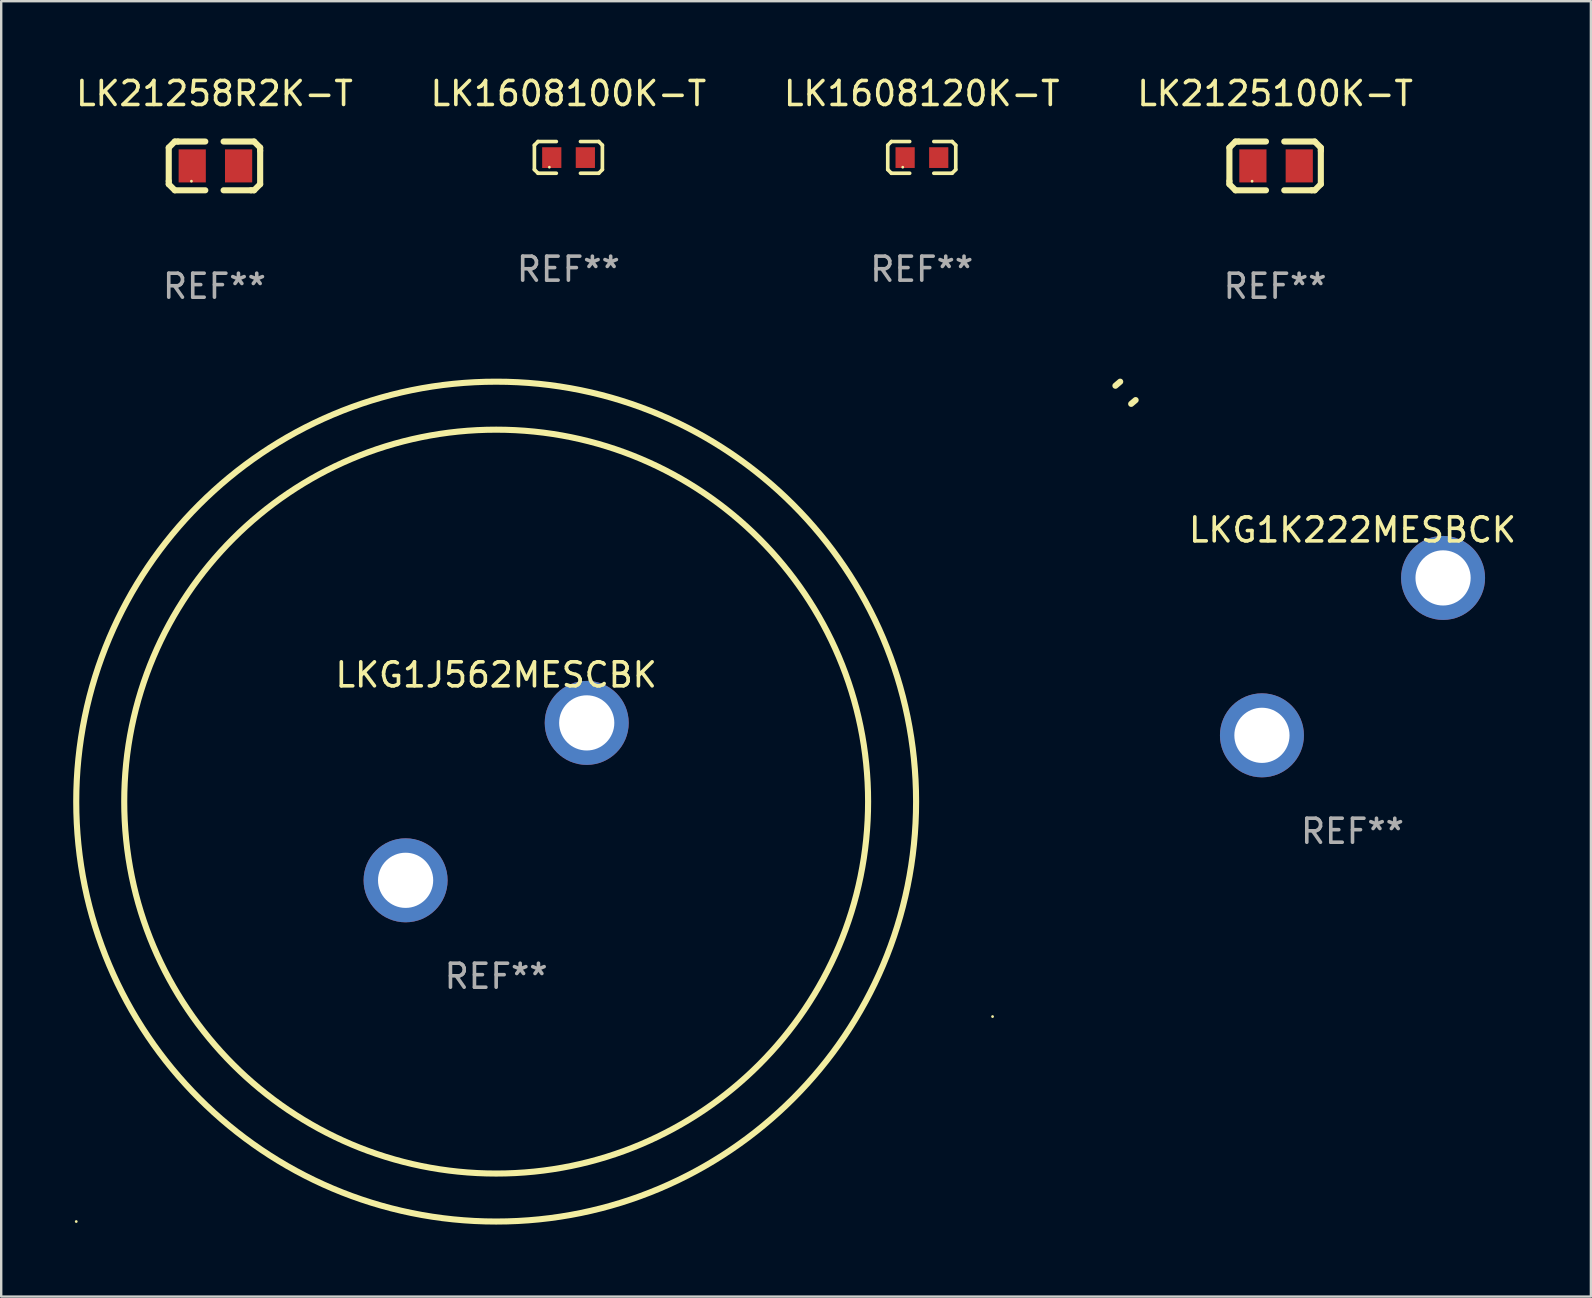
<source format=kicad_pcb>
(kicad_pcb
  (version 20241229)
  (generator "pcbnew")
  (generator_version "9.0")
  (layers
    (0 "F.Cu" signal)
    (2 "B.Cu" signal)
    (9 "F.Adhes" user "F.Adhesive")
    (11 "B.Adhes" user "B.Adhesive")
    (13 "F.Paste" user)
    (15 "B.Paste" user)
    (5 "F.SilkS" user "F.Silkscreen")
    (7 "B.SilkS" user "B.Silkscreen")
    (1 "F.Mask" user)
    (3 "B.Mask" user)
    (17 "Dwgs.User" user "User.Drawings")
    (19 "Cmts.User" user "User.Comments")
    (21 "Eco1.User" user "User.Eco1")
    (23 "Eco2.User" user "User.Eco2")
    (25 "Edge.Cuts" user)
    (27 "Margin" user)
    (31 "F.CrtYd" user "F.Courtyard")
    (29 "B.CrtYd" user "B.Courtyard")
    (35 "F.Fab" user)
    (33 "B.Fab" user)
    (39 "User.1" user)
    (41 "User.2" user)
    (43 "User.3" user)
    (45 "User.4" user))
  (footprint "LK1608120K-T"
    (layer "F.Cu")
    (at 35.363 3.509)
    (property "Reference" "LK1608120K-T" (at 0 -2.661 0) (layer "F.SilkS") (effects (font (size 1 1) (thickness 0.15))))
    (attr through_hole)
    (fp_line (start -1.417 -0.508) (end -1.265 -0.661) (stroke (width 0.152) (type solid)) (layer "F.SilkS"))
    (fp_line (start -1.417 0.508) (end -1.417 -0.508) (stroke (width 0.152) (type solid)) (layer "F.SilkS"))
    (fp_line (start -1.265 -0.661) (end -0.503 -0.661) (stroke (width 0.152) (type solid)) (layer "F.SilkS"))
    (fp_line (start -1.265 0.661) (end -1.417 0.508) (stroke (width 0.152) (type solid)) (layer "F.SilkS"))
    (fp_line (start -1.265 0.661) (end -0.503 0.661) (stroke (width 0.152) (type solid)) (layer "F.SilkS"))
    (fp_line (start 1.265 -0.661) (end 0.503 -0.661) (stroke (width 0.152) (type solid)) (layer "F.SilkS"))
    (fp_line (start 1.265 -0.661) (end 1.417 -0.508) (stroke (width 0.152) (type solid)) (layer "F.SilkS"))
    (fp_line (start 1.265 0.661) (end 0.503 0.661) (stroke (width 0.152) (type solid)) (layer "F.SilkS"))
    (fp_line (start 1.417 -0.508) (end 1.417 0.508) (stroke (width 0.152) (type solid)) (layer "F.SilkS"))
    (fp_line (start 1.417 0.508) (end 1.265 0.661) (stroke (width 0.152) (type solid)) (layer "F.SilkS"))
    (fp_circle (center -0.793 0.409) (end -0.763 0.409) (stroke (width 0.06) (type solid)) (fill no) (layer "F.SilkS"))
    (fp_text user "REF**" (at 0 4.661 0) (layer "F.Fab") (effects (font (size 1 1) (thickness 0.15))))
    (pad "1" smd rect (at -0.693 0.009 180) (size 0.8 0.864) (layers "F.Cu" "F.Mask" "F.Paste"))
    (pad "2" smd rect (at 0.707 0.009 180) (size 0.8 0.864) (layers "F.Cu" "F.Mask" "F.Paste")))
  (footprint "LK2125100K-T"
    (layer "F.Cu")
    (at 50.089 3.864)
    (property "Reference" "LK2125100K-T" (at 0 -3.016 0) (layer "F.SilkS") (effects (font (size 1 1) (thickness 0.15))))
    (attr through_hole)
    (fp_line (start -1.905 -0.762) (end -1.905 0.635) (stroke (width 0.254) (type solid)) (layer "F.SilkS"))
    (fp_line (start -1.905 0.635) (end -1.905 0.762) (stroke (width 0.254) (type solid)) (layer "F.SilkS"))
    (fp_line (start -1.905 0.762) (end -1.651 1.016) (stroke (width 0.254) (type solid)) (layer "F.SilkS"))
    (fp_line (start -1.651 -1.016) (end -1.905 -0.762) (stroke (width 0.254) (type solid)) (layer "F.SilkS"))
    (fp_line (start -1.651 1.016) (end -0.381 1.016) (stroke (width 0.254) (type solid)) (layer "F.SilkS"))
    (fp_line (start -1.524 -1.016) (end -1.651 -1.016) (stroke (width 0.254) (type solid)) (layer "F.SilkS"))
    (fp_line (start -0.381 -1.016) (end -1.524 -1.016) (stroke (width 0.254) (type solid)) (layer "F.SilkS"))
    (fp_line (start 0.381 1.016) (end 1.524 1.016) (stroke (width 0.254) (type solid)) (layer "F.SilkS"))
    (fp_line (start 1.524 1.016) (end 1.651 1.016) (stroke (width 0.254) (type solid)) (layer "F.SilkS"))
    (fp_line (start 1.651 -1.016) (end 0.381 -1.016) (stroke (width 0.254) (type solid)) (layer "F.SilkS"))
    (fp_line (start 1.651 1.016) (end 1.905 0.762) (stroke (width 0.254) (type solid)) (layer "F.SilkS"))
    (fp_line (start 1.905 -0.762) (end 1.651 -1.016) (stroke (width 0.254) (type solid)) (layer "F.SilkS"))
    (fp_line (start 1.905 -0.635) (end 1.905 -0.762) (stroke (width 0.254) (type solid)) (layer "F.SilkS"))
    (fp_line (start 1.905 0.762) (end 1.905 -0.635) (stroke (width 0.254) (type solid)) (layer "F.SilkS"))
    (fp_circle (center -0.96 0.637) (end -0.93 0.637) (stroke (width 0.06) (type solid)) (fill no) (layer "F.SilkS"))
    (fp_text user "REF**" (at 0 5.016 0) (layer "F.Fab") (effects (font (size 1 1) (thickness 0.15))))
    (pad "1" smd rect (at -0.926 -0.000051) (size 1.133 1.377) (layers "F.Cu" "F.Mask" "F.Paste"))
    (pad "2" smd rect (at 1.006 -0.000051) (size 1.133 1.377) (layers "F.Cu" "F.Mask" "F.Paste")))
  (footprint "LK1608100K-T"
    (layer "F.Cu")
    (at 20.637 3.509)
    (property "Reference" "LK1608100K-T" (at 0 -2.661 0) (layer "F.SilkS") (effects (font (size 1 1) (thickness 0.15))))
    (attr through_hole)
    (fp_line (start -1.417 -0.508) (end -1.265 -0.661) (stroke (width 0.152) (type solid)) (layer "F.SilkS"))
    (fp_line (start -1.417 0.508) (end -1.417 -0.508) (stroke (width 0.152) (type solid)) (layer "F.SilkS"))
    (fp_line (start -1.265 -0.661) (end -0.503 -0.661) (stroke (width 0.152) (type solid)) (layer "F.SilkS"))
    (fp_line (start -1.265 0.661) (end -1.417 0.508) (stroke (width 0.152) (type solid)) (layer "F.SilkS"))
    (fp_line (start -1.265 0.661) (end -0.503 0.661) (stroke (width 0.152) (type solid)) (layer "F.SilkS"))
    (fp_line (start 1.265 -0.661) (end 0.503 -0.661) (stroke (width 0.152) (type solid)) (layer "F.SilkS"))
    (fp_line (start 1.265 -0.661) (end 1.417 -0.508) (stroke (width 0.152) (type solid)) (layer "F.SilkS"))
    (fp_line (start 1.265 0.661) (end 0.503 0.661) (stroke (width 0.152) (type solid)) (layer "F.SilkS"))
    (fp_line (start 1.417 -0.508) (end 1.417 0.508) (stroke (width 0.152) (type solid)) (layer "F.SilkS"))
    (fp_line (start 1.417 0.508) (end 1.265 0.661) (stroke (width 0.152) (type solid)) (layer "F.SilkS"))
    (fp_circle (center -0.793 0.409) (end -0.763 0.409) (stroke (width 0.06) (type solid)) (fill no) (layer "F.SilkS"))
    (fp_text user "REF**" (at 0 4.661 0) (layer "F.Fab") (effects (font (size 1 1) (thickness 0.15))))
    (pad "1" smd rect (at -0.693 0.009 180) (size 0.8 0.864) (layers "F.Cu" "F.Mask" "F.Paste"))
    (pad "2" smd rect (at 0.707 0.009 180) (size 0.8 0.864) (layers "F.Cu" "F.Mask" "F.Paste")))
  (footprint "LKG1J562MESCBK"
    (layer "F.Cu")
    (at 17.627 30.356)
    (property "Reference" "LKG1J562MESCBK" (at 0 -5.28 0) (layer "F.SilkS") (effects (font (size 1 1) (thickness 0.15))))
    (attr through_hole)
    (fp_circle (center -17.5 17.5) (end -17.47 17.5) (stroke (width 0.06) (type solid)) (fill no) (layer "F.SilkS"))
    (fp_circle (center 0.000127 0) (end 15.5 0) (stroke (width 0.254) (type solid)) (fill no) (layer "F.SilkS"))
    (fp_circle (center 0.000127 0) (end 17.5 0) (stroke (width 0.254) (type solid)) (fill no) (layer "F.SilkS"))
    (fp_text user "+" (at -2.209 6.481 0) (layer "B.Mask") (effects (font (size 1 1) (thickness 0.15))))
    (fp_text user "-" (at 3.792 -0.019 0) (layer "B.Mask") (effects (font (size 1 1) (thickness 0.15))))
    (fp_text user "REF**" (at 0 7.28 0) (layer "F.Fab") (effects (font (size 1 1) (thickness 0.15))))
    (pad "1" thru_hole circle (at -3.774 3.28) (size 3.5 3.5) (drill 2.3) (layers "*.Cu" "*.Mask"))
    (pad "2" thru_hole circle (at 3.774 -3.28) (size 3.5 3.5) (drill 2.3) (layers "*.Cu" "*.Mask")))
  (footprint "LK21258R2K-T"
    (layer "F.Cu")
    (at 5.887 3.864)
    (property "Reference" "LK21258R2K-T" (at 0 -3.016 0) (layer "F.SilkS") (effects (font (size 1 1) (thickness 0.15))))
    (attr through_hole)
    (fp_line (start -1.905 -0.762) (end -1.905 0.635) (stroke (width 0.254) (type solid)) (layer "F.SilkS"))
    (fp_line (start -1.905 0.635) (end -1.905 0.762) (stroke (width 0.254) (type solid)) (layer "F.SilkS"))
    (fp_line (start -1.905 0.762) (end -1.651 1.016) (stroke (width 0.254) (type solid)) (layer "F.SilkS"))
    (fp_line (start -1.651 -1.016) (end -1.905 -0.762) (stroke (width 0.254) (type solid)) (layer "F.SilkS"))
    (fp_line (start -1.651 1.016) (end -0.381 1.016) (stroke (width 0.254) (type solid)) (layer "F.SilkS"))
    (fp_line (start -1.524 -1.016) (end -1.651 -1.016) (stroke (width 0.254) (type solid)) (layer "F.SilkS"))
    (fp_line (start -0.381 -1.016) (end -1.524 -1.016) (stroke (width 0.254) (type solid)) (layer "F.SilkS"))
    (fp_line (start 0.381 1.016) (end 1.524 1.016) (stroke (width 0.254) (type solid)) (layer "F.SilkS"))
    (fp_line (start 1.524 1.016) (end 1.651 1.016) (stroke (width 0.254) (type solid)) (layer "F.SilkS"))
    (fp_line (start 1.651 -1.016) (end 0.381 -1.016) (stroke (width 0.254) (type solid)) (layer "F.SilkS"))
    (fp_line (start 1.651 1.016) (end 1.905 0.762) (stroke (width 0.254) (type solid)) (layer "F.SilkS"))
    (fp_line (start 1.905 -0.762) (end 1.651 -1.016) (stroke (width 0.254) (type solid)) (layer "F.SilkS"))
    (fp_line (start 1.905 -0.635) (end 1.905 -0.762) (stroke (width 0.254) (type solid)) (layer "F.SilkS"))
    (fp_line (start 1.905 0.762) (end 1.905 -0.635) (stroke (width 0.254) (type solid)) (layer "F.SilkS"))
    (fp_circle (center -0.96 0.637) (end -0.93 0.637) (stroke (width 0.06) (type solid)) (fill no) (layer "F.SilkS"))
    (fp_text user "REF**" (at 0 5.016 0) (layer "F.Fab") (effects (font (size 1 1) (thickness 0.15))))
    (pad "1" smd rect (at -0.926 -0.000051) (size 1.133 1.377) (layers "F.Cu" "F.Mask" "F.Paste"))
    (pad "2" smd rect (at 1.006 -0.000051) (size 1.133 1.377) (layers "F.Cu" "F.Mask" "F.Paste")))
  (footprint "LKG1K222MESBCK"
    (layer "F.Cu")
    (at 53.314 24.314)
    (property "Reference" "LKG1K222MESBCK" (at 0 -5.28 0) (layer "F.SilkS") (effects (font (size 1 1) (thickness 0.15))))
    (attr through_hole)
    (fp_arc (start -9.880163 -11.288367) (mid -9.781129 -11.37384) (end -9.681052 -11.45809) (stroke (width 0.254001) (type solid)) (layer "F.SilkS"))
    (fp_arc (start -9.223597 -10.533071) (mid -9.131245 -10.612672) (end -9.037923 -10.691135) (stroke (width 0.254001) (type solid)) (layer "F.SilkS"))
    (fp_circle (center -15 15) (end -14.97 15) (stroke (width 0.06) (type solid)) (fill no) (layer "F.SilkS"))
    (fp_text user "+" (at -2.209 6.481 0) (layer "B.Mask") (effects (font (size 1 1) (thickness 0.15))))
    (fp_text user "-" (at 3.791 -0.019 0) (layer "B.Mask") (effects (font (size 1 1) (thickness 0.15))))
    (fp_text user "REF**" (at 0 7.28 0) (layer "F.Fab") (effects (font (size 1 1) (thickness 0.15))))
    (pad "1" thru_hole circle (at -3.774 3.28) (size 3.5 3.5) (drill 2.3) (layers "*.Cu" "*.Mask"))
    (pad "2" thru_hole circle (at 3.774 -3.28) (size 3.5 3.5) (drill 2.3) (layers "*.Cu" "*.Mask")))
  (gr_rect
    (start -3 -3)
    (end 63.249 50.983)
    (stroke (width 0.1) (type default))
    (fill no)
    (layer "Edge.Cuts")))
</source>
